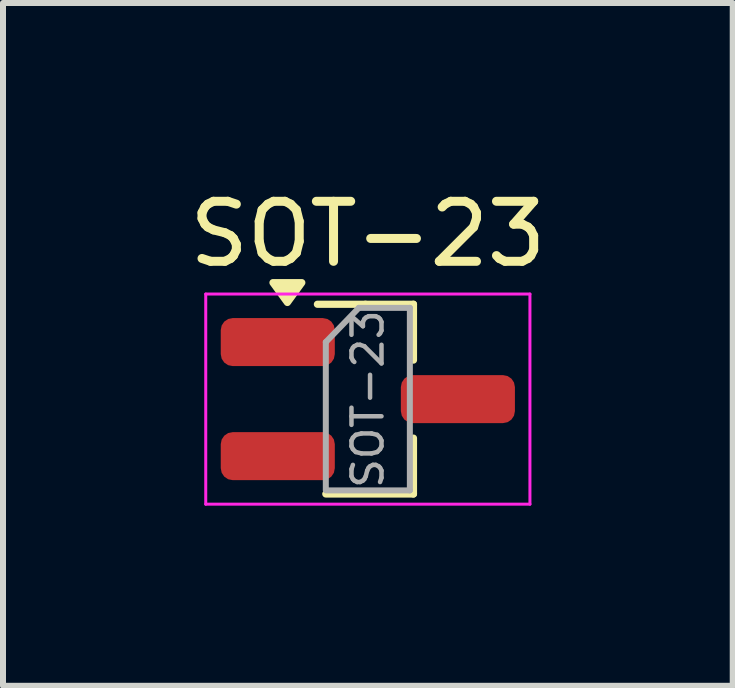
<source format=kicad_pcb>
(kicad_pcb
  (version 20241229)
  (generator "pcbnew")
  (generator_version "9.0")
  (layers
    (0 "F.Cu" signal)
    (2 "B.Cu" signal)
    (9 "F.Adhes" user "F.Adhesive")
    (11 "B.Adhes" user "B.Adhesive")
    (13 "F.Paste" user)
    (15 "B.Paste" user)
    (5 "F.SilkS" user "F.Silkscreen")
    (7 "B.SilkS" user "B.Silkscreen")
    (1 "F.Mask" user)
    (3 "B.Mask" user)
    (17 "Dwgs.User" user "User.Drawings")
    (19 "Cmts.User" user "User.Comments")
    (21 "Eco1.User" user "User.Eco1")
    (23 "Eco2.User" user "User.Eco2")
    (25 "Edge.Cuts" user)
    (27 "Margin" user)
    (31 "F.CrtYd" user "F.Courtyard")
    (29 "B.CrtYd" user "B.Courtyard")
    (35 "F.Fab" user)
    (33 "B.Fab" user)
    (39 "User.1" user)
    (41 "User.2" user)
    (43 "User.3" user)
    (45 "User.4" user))
  (footprint "SOT-23"
    (layer "F.Cu")
    (at 3.077 3.598)
    (property "Reference" "SOT-23" (at 0 -2.75 0) (layer "F.SilkS") (effects (font (size 1 1) (thickness 0.15))))
    (attr smd)
    (fp_line (start -0.04 -1.58) (end -0.84 -1.58) (stroke (width 0.12) (type solid)) (layer "F.SilkS"))
    (fp_line (start -0.04 -1.58) (end 0.76 -1.58) (stroke (width 0.12) (type solid)) (layer "F.SilkS"))
    (fp_line (start 0.76 -1.58) (end 0.76 -0.65) (stroke (width 0.12) (type solid)) (layer "F.SilkS"))
    (fp_line (start 0.76 1.58) (end -0.7 1.58) (stroke (width 0.12) (type solid)) (layer "F.SilkS"))
    (fp_line (start 0.76 1.58) (end 0.76 0.65) (stroke (width 0.12) (type solid)) (layer "F.SilkS"))
    (fp_poly (pts (xy -1.34 -1.61) (xy -1.58 -1.94) (xy -1.1 -1.94) (xy -1.34 -1.61)) (stroke (width 0.12) (type solid)) (fill yes) (layer "F.SilkS"))
    (fp_line (start -2.7 -1.75) (end 2.7 -1.75) (stroke (width 0.05) (type solid)) (layer "F.CrtYd"))
    (fp_line (start -2.7 1.75) (end -2.7 -1.75) (stroke (width 0.05) (type solid)) (layer "F.CrtYd"))
    (fp_line (start 2.7 -1.75) (end 2.7 1.75) (stroke (width 0.05) (type solid)) (layer "F.CrtYd"))
    (fp_line (start 2.7 1.75) (end -2.7 1.75) (stroke (width 0.05) (type solid)) (layer "F.CrtYd"))
    (fp_line (start -0.7 -0.95) (end -0.7 1.5) (stroke (width 0.1) (type solid)) (layer "F.Fab"))
    (fp_line (start -0.7 -0.95) (end -0.15 -1.52) (stroke (width 0.1) (type solid)) (layer "F.Fab"))
    (fp_line (start -0.7 1.52) (end 0.7 1.52) (stroke (width 0.1) (type solid)) (layer "F.Fab"))
    (fp_line (start -0.15 -1.52) (end 0.7 -1.52) (stroke (width 0.1) (type solid)) (layer "F.Fab"))
    (fp_line (start 0.7 -1.52) (end 0.7 1.52) (stroke (width 0.1) (type solid)) (layer "F.Fab"))
    (fp_text user "${REFERENCE}" (at 0 0 90) (layer "F.Fab") (effects (font (size 0.5 0.5) (thickness 0.075))))
    (pad "1" smd roundrect (at -1.5 -0.95) (size 1.9 0.8) (layers "F.Cu" "F.Mask" "F.Paste") (roundrect_rratio 0.25))
    (pad "2" smd roundrect (at -1.5 0.95) (size 1.9 0.8) (layers "F.Cu" "F.Mask" "F.Paste") (roundrect_rratio 0.25))
    (pad "3" smd roundrect (at 1.5 0) (size 1.9 0.8) (layers "F.Cu" "F.Mask" "F.Paste") (roundrect_rratio 0.25)))
  (gr_rect
    (start -3 -3)
    (end 9.155 8.373)
    (stroke (width 0.1) (type default))
    (fill no)
    (layer "Edge.Cuts")))
</source>
